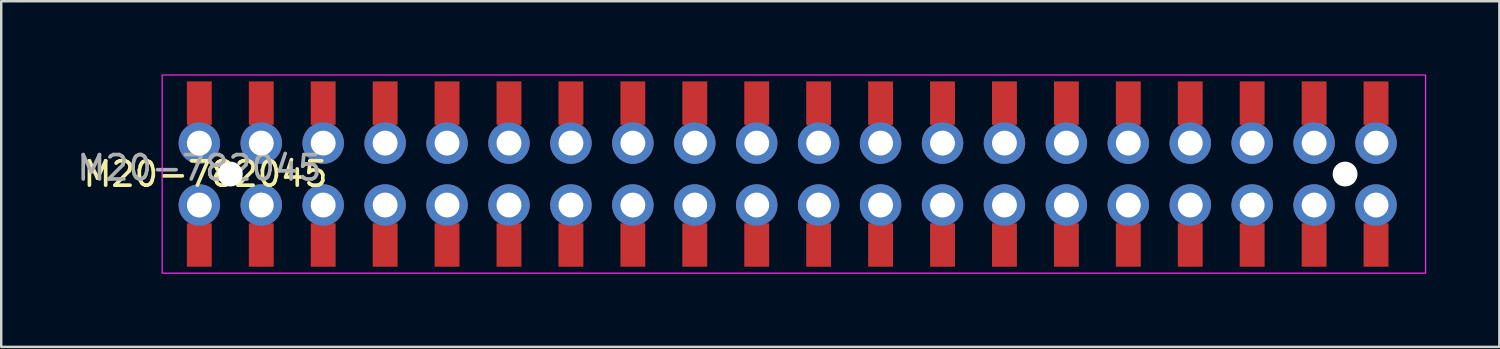
<source format=kicad_pcb>
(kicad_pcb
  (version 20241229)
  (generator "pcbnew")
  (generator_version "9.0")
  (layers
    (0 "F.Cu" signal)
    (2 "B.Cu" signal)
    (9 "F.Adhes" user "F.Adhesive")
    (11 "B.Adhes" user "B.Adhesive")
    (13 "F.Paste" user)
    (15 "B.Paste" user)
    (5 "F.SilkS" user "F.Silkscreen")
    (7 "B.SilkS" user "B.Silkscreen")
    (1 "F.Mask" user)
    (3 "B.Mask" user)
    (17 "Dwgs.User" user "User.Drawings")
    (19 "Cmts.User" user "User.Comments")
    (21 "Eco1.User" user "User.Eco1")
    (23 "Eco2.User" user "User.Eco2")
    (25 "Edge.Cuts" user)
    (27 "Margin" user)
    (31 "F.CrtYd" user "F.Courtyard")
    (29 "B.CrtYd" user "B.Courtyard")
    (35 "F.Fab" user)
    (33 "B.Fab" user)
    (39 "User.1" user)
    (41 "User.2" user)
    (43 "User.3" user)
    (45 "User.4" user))
  (footprint "M20-782045"
    (layer "F.Cu")
    (at 5.125 4.089)
    (property "Reference" "M20-782045" (at 0.254 0 0) (unlocked yes) (layer "F.SilkS") (effects (font (size 1 1) (thickness 0.15))))
    (attr smd)
    (fp_rect (start -1.524 -4.064) (end 50.292 4.064) (stroke (width 0.05) (type solid)) (fill no) (layer "F.CrtYd"))
    (fp_text user "${REFERENCE}" (at 0 -0.254 0) (unlocked yes) (layer "F.Fab") (effects (font (size 1 1) (thickness 0.15))))
    (pad "" np_thru_hole circle (at 1.27 0) (size 1.02 1.02) (drill 1.8) (layers "*.Cu" "*.Mask"))
    (pad "" np_thru_hole circle (at 46.99 0) (size 1.02 1.02) (drill 1.8) (layers "*.Cu" "*.Mask"))
    (pad "1" thru_hole circle (at 0 1.27) (size 1.7 1.7) (drill 1.02) (layers "*.Cu" "*.Mask"))
    (pad "1" smd rect (at 0 2.91) (size 1.02 1.78) (layers "F.Cu" "F.Mask" "F.Paste"))
    (pad "2" smd rect (at 0 -2.91) (size 1.02 1.78) (layers "F.Cu" "F.Mask" "F.Paste"))
    (pad "2" thru_hole circle (at 0 -1.27) (size 1.7 1.7) (drill 1.02) (layers "*.Cu" "*.Mask"))
    (pad "3" thru_hole circle (at 2.54 1.27) (size 1.7 1.7) (drill 1.02) (layers "*.Cu" "*.Mask"))
    (pad "3" smd rect (at 2.54 2.91) (size 1.02 1.78) (layers "F.Cu" "F.Mask" "F.Paste"))
    (pad "4" smd rect (at 2.54 -2.91) (size 1.02 1.78) (layers "F.Cu" "F.Mask" "F.Paste"))
    (pad "4" thru_hole circle (at 2.54 -1.27) (size 1.7 1.7) (drill 1.02) (layers "*.Cu" "*.Mask"))
    (pad "5" thru_hole circle (at 5.08 1.27) (size 1.7 1.7) (drill 1.02) (layers "*.Cu" "*.Mask"))
    (pad "5" smd rect (at 5.08 2.91) (size 1.02 1.78) (layers "F.Cu" "F.Mask" "F.Paste"))
    (pad "6" smd rect (at 5.08 -2.91) (size 1.02 1.78) (layers "F.Cu" "F.Mask" "F.Paste"))
    (pad "6" thru_hole circle (at 5.08 -1.27) (size 1.7 1.7) (drill 1.02) (layers "*.Cu" "*.Mask"))
    (pad "7" thru_hole circle (at 7.62 1.27) (size 1.7 1.7) (drill 1.02) (layers "*.Cu" "*.Mask"))
    (pad "7" smd rect (at 7.62 2.91) (size 1.02 1.78) (layers "F.Cu" "F.Mask" "F.Paste"))
    (pad "8" smd rect (at 7.62 -2.91) (size 1.02 1.78) (layers "F.Cu" "F.Mask" "F.Paste"))
    (pad "8" thru_hole circle (at 7.62 -1.27) (size 1.7 1.7) (drill 1.02) (layers "*.Cu" "*.Mask"))
    (pad "9" thru_hole circle (at 10.16 1.27) (size 1.7 1.7) (drill 1.02) (layers "*.Cu" "*.Mask"))
    (pad "9" smd rect (at 10.16 2.91) (size 1.02 1.78) (layers "F.Cu" "F.Mask" "F.Paste"))
    (pad "10" smd rect (at 10.16 -2.91) (size 1.02 1.78) (layers "F.Cu" "F.Mask" "F.Paste"))
    (pad "10" thru_hole circle (at 10.16 -1.27) (size 1.7 1.7) (drill 1.02) (layers "*.Cu" "*.Mask"))
    (pad "11" thru_hole circle (at 12.7 1.27) (size 1.7 1.7) (drill 1.02) (layers "*.Cu" "*.Mask"))
    (pad "11" smd rect (at 12.7 2.91) (size 1.02 1.78) (layers "F.Cu" "F.Mask" "F.Paste"))
    (pad "12" smd rect (at 12.7 -2.91) (size 1.02 1.78) (layers "F.Cu" "F.Mask" "F.Paste"))
    (pad "12" thru_hole circle (at 12.7 -1.27) (size 1.7 1.7) (drill 1.02) (layers "*.Cu" "*.Mask"))
    (pad "13" thru_hole circle (at 15.24 1.27) (size 1.7 1.7) (drill 1.02) (layers "*.Cu" "*.Mask"))
    (pad "13" smd rect (at 15.24 2.91) (size 1.02 1.78) (layers "F.Cu" "F.Mask" "F.Paste"))
    (pad "14" smd rect (at 15.24 -2.91) (size 1.02 1.78) (layers "F.Cu" "F.Mask" "F.Paste"))
    (pad "14" thru_hole circle (at 15.24 -1.27) (size 1.7 1.7) (drill 1.02) (layers "*.Cu" "*.Mask"))
    (pad "15" thru_hole circle (at 17.78 1.27) (size 1.7 1.7) (drill 1.02) (layers "*.Cu" "*.Mask"))
    (pad "15" smd rect (at 17.78 2.91) (size 1.02 1.78) (layers "F.Cu" "F.Mask" "F.Paste"))
    (pad "16" smd rect (at 17.78 -2.91) (size 1.02 1.78) (layers "F.Cu" "F.Mask" "F.Paste"))
    (pad "16" thru_hole circle (at 17.78 -1.27) (size 1.7 1.7) (drill 1.02) (layers "*.Cu" "*.Mask"))
    (pad "17" thru_hole circle (at 20.32 1.27) (size 1.7 1.7) (drill 1.02) (layers "*.Cu" "*.Mask"))
    (pad "17" smd rect (at 20.32 2.91) (size 1.02 1.78) (layers "F.Cu" "F.Mask" "F.Paste"))
    (pad "18" smd rect (at 20.32 -2.91) (size 1.02 1.78) (layers "F.Cu" "F.Mask" "F.Paste"))
    (pad "18" thru_hole circle (at 20.32 -1.27) (size 1.7 1.7) (drill 1.02) (layers "*.Cu" "*.Mask"))
    (pad "19" thru_hole circle (at 22.86 1.27) (size 1.7 1.7) (drill 1.02) (layers "*.Cu" "*.Mask"))
    (pad "19" smd rect (at 22.86 2.91) (size 1.02 1.78) (layers "F.Cu" "F.Mask" "F.Paste"))
    (pad "20" smd rect (at 22.86 -2.91) (size 1.02 1.78) (layers "F.Cu" "F.Mask" "F.Paste"))
    (pad "20" thru_hole circle (at 22.86 -1.27) (size 1.7 1.7) (drill 1.02) (layers "*.Cu" "*.Mask"))
    (pad "21" thru_hole circle (at 25.4 1.27) (size 1.7 1.7) (drill 1.02) (layers "*.Cu" "*.Mask"))
    (pad "21" smd rect (at 25.4 2.91) (size 1.02 1.78) (layers "F.Cu" "F.Mask" "F.Paste"))
    (pad "22" smd rect (at 25.4 -2.91) (size 1.02 1.78) (layers "F.Cu" "F.Mask" "F.Paste"))
    (pad "22" thru_hole circle (at 25.4 -1.27) (size 1.7 1.7) (drill 1.02) (layers "*.Cu" "*.Mask"))
    (pad "23" thru_hole circle (at 27.94 1.27) (size 1.7 1.7) (drill 1.02) (layers "*.Cu" "*.Mask"))
    (pad "23" smd rect (at 27.94 2.91) (size 1.02 1.78) (layers "F.Cu" "F.Mask" "F.Paste"))
    (pad "24" smd rect (at 27.94 -2.91) (size 1.02 1.78) (layers "F.Cu" "F.Mask" "F.Paste"))
    (pad "24" thru_hole circle (at 27.94 -1.27) (size 1.7 1.7) (drill 1.02) (layers "*.Cu" "*.Mask"))
    (pad "25" thru_hole circle (at 30.48 1.27) (size 1.7 1.7) (drill 1.02) (layers "*.Cu" "*.Mask"))
    (pad "25" smd rect (at 30.48 2.91) (size 1.02 1.78) (layers "F.Cu" "F.Mask" "F.Paste"))
    (pad "26" smd rect (at 30.48 -2.91) (size 1.02 1.78) (layers "F.Cu" "F.Mask" "F.Paste"))
    (pad "26" thru_hole circle (at 30.48 -1.27) (size 1.7 1.7) (drill 1.02) (layers "*.Cu" "*.Mask"))
    (pad "27" thru_hole circle (at 33.02 1.27) (size 1.7 1.7) (drill 1.02) (layers "*.Cu" "*.Mask"))
    (pad "27" smd rect (at 33.02 2.91) (size 1.02 1.78) (layers "F.Cu" "F.Mask" "F.Paste"))
    (pad "28" smd rect (at 33.02 -2.91) (size 1.02 1.78) (layers "F.Cu" "F.Mask" "F.Paste"))
    (pad "28" thru_hole circle (at 33.02 -1.27) (size 1.7 1.7) (drill 1.02) (layers "*.Cu" "*.Mask"))
    (pad "29" thru_hole circle (at 35.56 1.27) (size 1.7 1.7) (drill 1.02) (layers "*.Cu" "*.Mask"))
    (pad "29" smd rect (at 35.56 2.91) (size 1.02 1.78) (layers "F.Cu" "F.Mask" "F.Paste"))
    (pad "30" smd rect (at 35.56 -2.91) (size 1.02 1.78) (layers "F.Cu" "F.Mask" "F.Paste"))
    (pad "30" thru_hole circle (at 35.56 -1.27) (size 1.7 1.7) (drill 1.02) (layers "*.Cu" "*.Mask"))
    (pad "31" thru_hole circle (at 38.1 1.27) (size 1.7 1.7) (drill 1.02) (layers "*.Cu" "*.Mask"))
    (pad "31" smd rect (at 38.1 2.91) (size 1.02 1.78) (layers "F.Cu" "F.Mask" "F.Paste"))
    (pad "32" smd rect (at 38.1 -2.91) (size 1.02 1.78) (layers "F.Cu" "F.Mask" "F.Paste"))
    (pad "32" thru_hole circle (at 38.1 -1.27) (size 1.7 1.7) (drill 1.02) (layers "*.Cu" "*.Mask"))
    (pad "33" thru_hole circle (at 40.64 1.27) (size 1.7 1.7) (drill 1.02) (layers "*.Cu" "*.Mask"))
    (pad "33" smd rect (at 40.64 2.91) (size 1.02 1.78) (layers "F.Cu" "F.Mask" "F.Paste"))
    (pad "34" smd rect (at 40.64 -2.91) (size 1.02 1.78) (layers "F.Cu" "F.Mask" "F.Paste"))
    (pad "34" thru_hole circle (at 40.64 -1.27) (size 1.7 1.7) (drill 1.02) (layers "*.Cu" "*.Mask"))
    (pad "35" thru_hole circle (at 43.18 1.27) (size 1.7 1.7) (drill 1.02) (layers "*.Cu" "*.Mask"))
    (pad "35" smd rect (at 43.18 2.91) (size 1.02 1.78) (layers "F.Cu" "F.Mask" "F.Paste"))
    (pad "36" smd rect (at 43.18 -2.91) (size 1.02 1.78) (layers "F.Cu" "F.Mask" "F.Paste"))
    (pad "36" thru_hole circle (at 43.18 -1.27) (size 1.7 1.7) (drill 1.02) (layers "*.Cu" "*.Mask"))
    (pad "37" thru_hole circle (at 45.72 1.27) (size 1.7 1.7) (drill 1.02) (layers "*.Cu" "*.Mask"))
    (pad "37" smd rect (at 45.72 2.91) (size 1.02 1.78) (layers "F.Cu" "F.Mask" "F.Paste"))
    (pad "38" smd rect (at 45.72 -2.91) (size 1.02 1.78) (layers "F.Cu" "F.Mask" "F.Paste"))
    (pad "38" thru_hole circle (at 45.72 -1.27) (size 1.7 1.7) (drill 1.02) (layers "*.Cu" "*.Mask"))
    (pad "39" thru_hole circle (at 48.26 1.27) (size 1.7 1.7) (drill 1.02) (layers "*.Cu" "*.Mask"))
    (pad "39" smd rect (at 48.26 2.91) (size 1.02 1.78) (layers "F.Cu" "F.Mask" "F.Paste"))
    (pad "40" smd rect (at 48.26 -2.91) (size 1.02 1.78) (layers "F.Cu" "F.Mask" "F.Paste"))
    (pad "40" thru_hole circle (at 48.26 -1.27) (size 1.7 1.7) (drill 1.02) (layers "*.Cu" "*.Mask")))
  (gr_rect
    (start -3 -3)
    (end 58.442 11.178)
    (stroke (width 0.1) (type default))
    (fill no)
    (layer "Edge.Cuts")))
</source>
